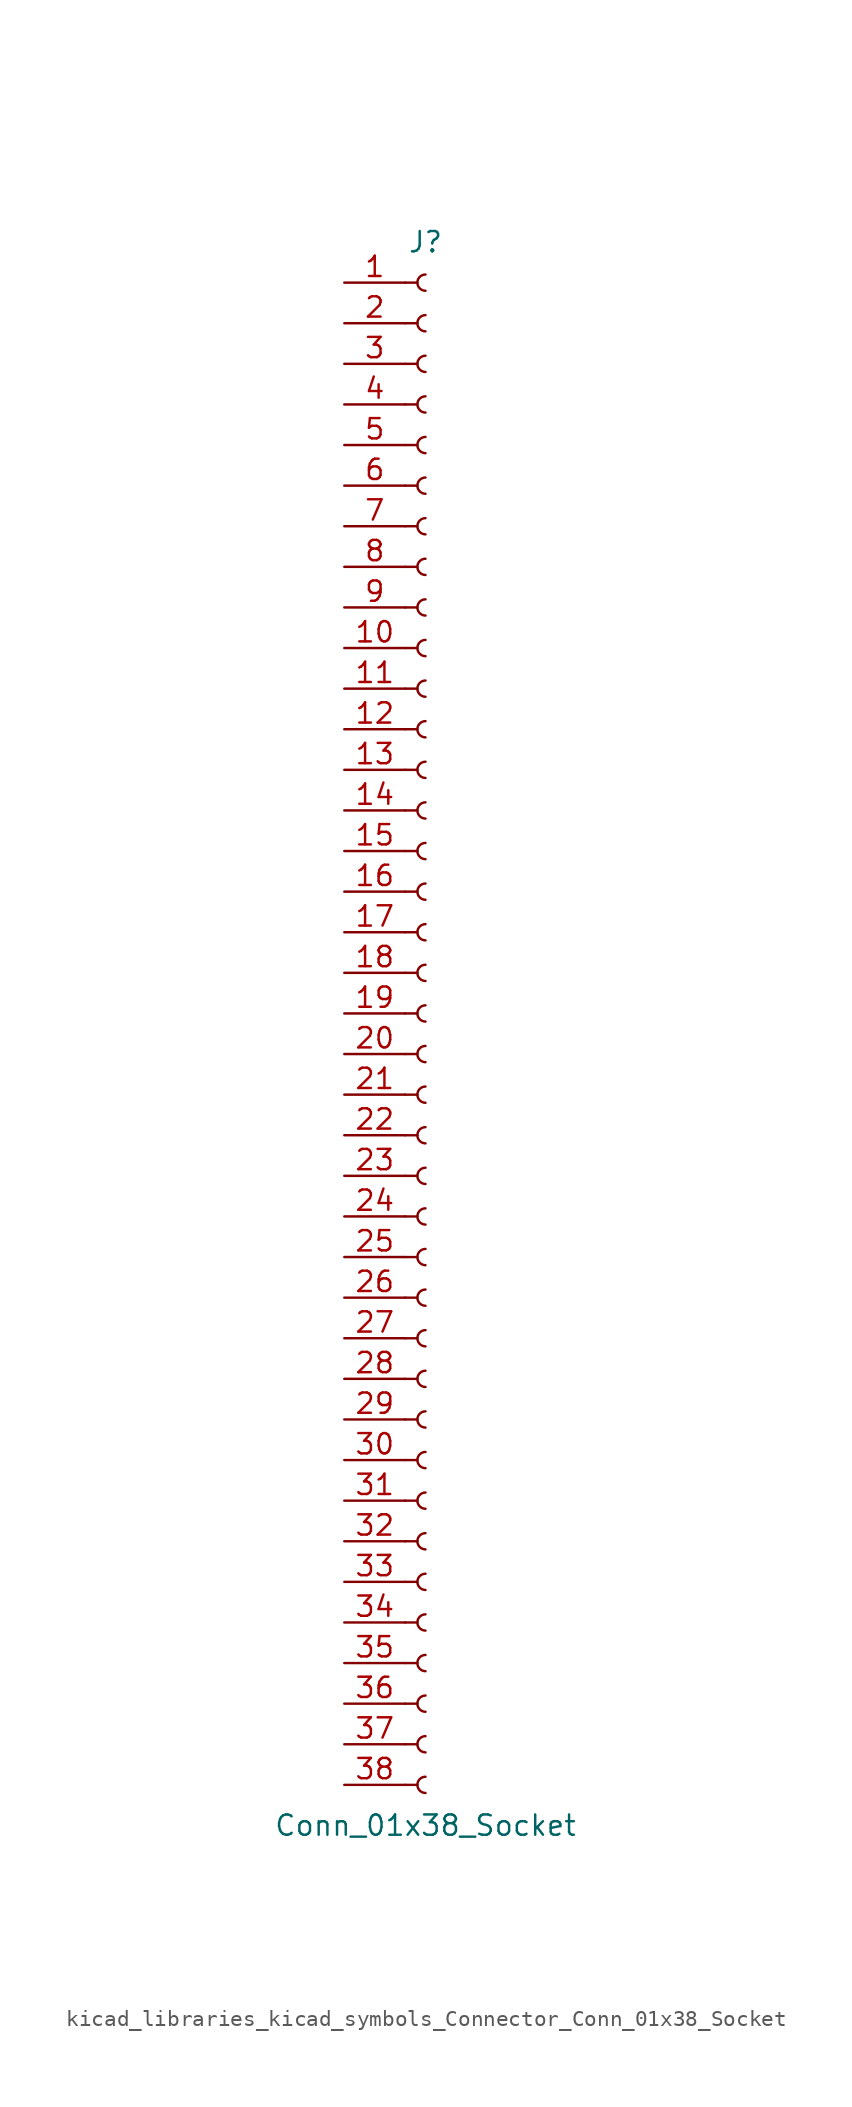
<source format=kicad_sym>
(kicad_symbol_lib
  (version 20220914)
  (generator kicad_symbol_editor)
  (symbol "kicad_libraries_kicad_symbols_Connector_Conn_01x38_Socket"
    (pin_names
      (offset 1.016) hide)
    (property "Reference" "J"
      (at 0 48.26 0)
      (effects (font (size 1.27 1.27))))
    (property "Value" "Conn_01x38_Socket"
      (at 0 -50.8 0)
      (effects (font (size 1.27 1.27))))
    (property "ki_locked" ""
      (at 0 0 0)
      (effects (font (size 1.27 1.27))))
    (symbol "kicad_libraries_kicad_symbols_Connector_Conn_01x38_Socket_1_1"
      (arc (start 0 -47.752) (mid -0.5058 -48.26) (end 0 -48.768) (stroke (width 0.1524) (type default)) (fill (type none)))
      (arc (start 0 -45.212) (mid -0.5058 -45.72) (end 0 -46.228) (stroke (width 0.1524) (type default)) (fill (type none)))
      (arc (start 0 -42.672) (mid -0.5058 -43.18) (end 0 -43.688) (stroke (width 0.1524) (type default)) (fill (type none)))
      (arc (start 0 -40.132) (mid -0.5058 -40.64) (end 0 -41.148) (stroke (width 0.1524) (type default)) (fill (type none)))
      (arc (start 0 -37.592) (mid -0.5058 -38.1) (end 0 -38.608) (stroke (width 0.1524) (type default)) (fill (type none)))
      (arc (start 0 -35.052) (mid -0.5058 -35.56) (end 0 -36.068) (stroke (width 0.1524) (type default)) (fill (type none)))
      (arc (start 0 -32.512) (mid -0.5058 -33.02) (end 0 -33.528) (stroke (width 0.1524) (type default)) (fill (type none)))
      (arc (start 0 -29.972) (mid -0.5058 -30.48) (end 0 -30.988) (stroke (width 0.1524) (type default)) (fill (type none)))
      (arc (start 0 -27.432) (mid -0.5058 -27.94) (end 0 -28.448) (stroke (width 0.1524) (type default)) (fill (type none)))
      (arc (start 0 -24.892) (mid -0.5058 -25.4) (end 0 -25.908) (stroke (width 0.1524) (type default)) (fill (type none)))
      (arc (start 0 -22.352) (mid -0.5058 -22.86) (end 0 -23.368) (stroke (width 0.1524) (type default)) (fill (type none)))
      (arc (start 0 -19.812) (mid -0.5058 -20.32) (end 0 -20.828) (stroke (width 0.1524) (type default)) (fill (type none)))
      (arc (start 0 -17.272) (mid -0.5058 -17.78) (end 0 -18.288) (stroke (width 0.1524) (type default)) (fill (type none)))
      (arc (start 0 -14.732) (mid -0.5058 -15.24) (end 0 -15.748) (stroke (width 0.1524) (type default)) (fill (type none)))
      (arc (start 0 -12.192) (mid -0.5058 -12.7) (end 0 -13.208) (stroke (width 0.1524) (type default)) (fill (type none)))
      (arc (start 0 -9.652) (mid -0.5058 -10.16) (end 0 -10.668) (stroke (width 0.1524) (type default)) (fill (type none)))
      (arc (start 0 -7.112) (mid -0.5058 -7.62) (end 0 -8.128) (stroke (width 0.1524) (type default)) (fill (type none)))
      (arc (start 0 -4.572) (mid -0.5058 -5.08) (end 0 -5.588) (stroke (width 0.1524) (type default)) (fill (type none)))
      (arc (start 0 -2.032) (mid -0.5058 -2.54) (end 0 -3.048) (stroke (width 0.1524) (type default)) (fill (type none)))
      (polyline (pts (xy -1.27 -48.26) (xy -0.508 -48.26)) (stroke (width 0.152) (type default)) (fill (type none)))
      (polyline (pts (xy -1.27 -45.72) (xy -0.508 -45.72)) (stroke (width 0.152) (type default)) (fill (type none)))
      (polyline (pts (xy -1.27 -43.18) (xy -0.508 -43.18)) (stroke (width 0.152) (type default)) (fill (type none)))
      (polyline (pts (xy -1.27 -40.64) (xy -0.508 -40.64)) (stroke (width 0.152) (type default)) (fill (type none)))
      (polyline (pts (xy -1.27 -38.1) (xy -0.508 -38.1)) (stroke (width 0.152) (type default)) (fill (type none)))
      (polyline (pts (xy -1.27 -35.56) (xy -0.508 -35.56)) (stroke (width 0.152) (type default)) (fill (type none)))
      (polyline (pts (xy -1.27 -33.02) (xy -0.508 -33.02)) (stroke (width 0.152) (type default)) (fill (type none)))
      (polyline (pts (xy -1.27 -30.48) (xy -0.508 -30.48)) (stroke (width 0.152) (type default)) (fill (type none)))
      (polyline (pts (xy -1.27 -27.94) (xy -0.508 -27.94)) (stroke (width 0.152) (type default)) (fill (type none)))
      (polyline (pts (xy -1.27 -25.4) (xy -0.508 -25.4)) (stroke (width 0.152) (type default)) (fill (type none)))
      (polyline (pts (xy -1.27 -22.86) (xy -0.508 -22.86)) (stroke (width 0.152) (type default)) (fill (type none)))
      (polyline (pts (xy -1.27 -20.32) (xy -0.508 -20.32)) (stroke (width 0.152) (type default)) (fill (type none)))
      (polyline (pts (xy -1.27 -17.78) (xy -0.508 -17.78)) (stroke (width 0.152) (type default)) (fill (type none)))
      (polyline (pts (xy -1.27 -15.24) (xy -0.508 -15.24)) (stroke (width 0.152) (type default)) (fill (type none)))
      (polyline (pts (xy -1.27 -12.7) (xy -0.508 -12.7)) (stroke (width 0.152) (type default)) (fill (type none)))
      (polyline (pts (xy -1.27 -10.16) (xy -0.508 -10.16)) (stroke (width 0.152) (type default)) (fill (type none)))
      (polyline (pts (xy -1.27 -7.62) (xy -0.508 -7.62)) (stroke (width 0.152) (type default)) (fill (type none)))
      (polyline (pts (xy -1.27 -5.08) (xy -0.508 -5.08)) (stroke (width 0.152) (type default)) (fill (type none)))
      (polyline (pts (xy -1.27 -2.54) (xy -0.508 -2.54)) (stroke (width 0.152) (type default)) (fill (type none)))
      (polyline (pts (xy -1.27 0) (xy -0.508 0)) (stroke (width 0.152) (type default)) (fill (type none)))
      (polyline (pts (xy -1.27 2.54) (xy -0.508 2.54)) (stroke (width 0.152) (type default)) (fill (type none)))
      (polyline (pts (xy -1.27 5.08) (xy -0.508 5.08)) (stroke (width 0.152) (type default)) (fill (type none)))
      (polyline (pts (xy -1.27 7.62) (xy -0.508 7.62)) (stroke (width 0.152) (type default)) (fill (type none)))
      (polyline (pts (xy -1.27 10.16) (xy -0.508 10.16)) (stroke (width 0.152) (type default)) (fill (type none)))
      (polyline (pts (xy -1.27 12.7) (xy -0.508 12.7)) (stroke (width 0.152) (type default)) (fill (type none)))
      (polyline (pts (xy -1.27 15.24) (xy -0.508 15.24)) (stroke (width 0.152) (type default)) (fill (type none)))
      (polyline (pts (xy -1.27 17.78) (xy -0.508 17.78)) (stroke (width 0.152) (type default)) (fill (type none)))
      (polyline (pts (xy -1.27 20.32) (xy -0.508 20.32)) (stroke (width 0.152) (type default)) (fill (type none)))
      (polyline (pts (xy -1.27 22.86) (xy -0.508 22.86)) (stroke (width 0.152) (type default)) (fill (type none)))
      (polyline (pts (xy -1.27 25.4) (xy -0.508 25.4)) (stroke (width 0.152) (type default)) (fill (type none)))
      (polyline (pts (xy -1.27 27.94) (xy -0.508 27.94)) (stroke (width 0.152) (type default)) (fill (type none)))
      (polyline (pts (xy -1.27 30.48) (xy -0.508 30.48)) (stroke (width 0.152) (type default)) (fill (type none)))
      (polyline (pts (xy -1.27 33.02) (xy -0.508 33.02)) (stroke (width 0.152) (type default)) (fill (type none)))
      (polyline (pts (xy -1.27 35.56) (xy -0.508 35.56)) (stroke (width 0.152) (type default)) (fill (type none)))
      (polyline (pts (xy -1.27 38.1) (xy -0.508 38.1)) (stroke (width 0.152) (type default)) (fill (type none)))
      (polyline (pts (xy -1.27 40.64) (xy -0.508 40.64)) (stroke (width 0.152) (type default)) (fill (type none)))
      (polyline (pts (xy -1.27 43.18) (xy -0.508 43.18)) (stroke (width 0.152) (type default)) (fill (type none)))
      (polyline (pts (xy -1.27 45.72) (xy -0.508 45.72)) (stroke (width 0.152) (type default)) (fill (type none)))
      (arc (start 0 0.508) (mid -0.5058 0) (end 0 -0.508) (stroke (width 0.1524) (type default)) (fill (type none)))
      (arc (start 0 3.048) (mid -0.5058 2.54) (end 0 2.032) (stroke (width 0.1524) (type default)) (fill (type none)))
      (arc (start 0 5.588) (mid -0.5058 5.08) (end 0 4.572) (stroke (width 0.1524) (type default)) (fill (type none)))
      (arc (start 0 8.128) (mid -0.5058 7.62) (end 0 7.112) (stroke (width 0.1524) (type default)) (fill (type none)))
      (arc (start 0 10.668) (mid -0.5058 10.16) (end 0 9.652) (stroke (width 0.1524) (type default)) (fill (type none)))
      (arc (start 0 13.208) (mid -0.5058 12.7) (end 0 12.192) (stroke (width 0.1524) (type default)) (fill (type none)))
      (arc (start 0 15.748) (mid -0.5058 15.24) (end 0 14.732) (stroke (width 0.1524) (type default)) (fill (type none)))
      (arc (start 0 18.288) (mid -0.5058 17.78) (end 0 17.272) (stroke (width 0.1524) (type default)) (fill (type none)))
      (arc (start 0 20.828) (mid -0.5058 20.32) (end 0 19.812) (stroke (width 0.1524) (type default)) (fill (type none)))
      (arc (start 0 23.368) (mid -0.5058 22.86) (end 0 22.352) (stroke (width 0.1524) (type default)) (fill (type none)))
      (arc (start 0 25.908) (mid -0.5058 25.4) (end 0 24.892) (stroke (width 0.1524) (type default)) (fill (type none)))
      (arc (start 0 28.448) (mid -0.5058 27.94) (end 0 27.432) (stroke (width 0.1524) (type default)) (fill (type none)))
      (arc (start 0 30.988) (mid -0.5058 30.48) (end 0 29.972) (stroke (width 0.1524) (type default)) (fill (type none)))
      (arc (start 0 33.528) (mid -0.5058 33.02) (end 0 32.512) (stroke (width 0.1524) (type default)) (fill (type none)))
      (arc (start 0 36.068) (mid -0.5058 35.56) (end 0 35.052) (stroke (width 0.1524) (type default)) (fill (type none)))
      (arc (start 0 38.608) (mid -0.5058 38.1) (end 0 37.592) (stroke (width 0.1524) (type default)) (fill (type none)))
      (arc (start 0 41.148) (mid -0.5058 40.64) (end 0 40.132) (stroke (width 0.1524) (type default)) (fill (type none)))
      (arc (start 0 43.688) (mid -0.5058 43.18) (end 0 42.672) (stroke (width 0.1524) (type default)) (fill (type none)))
      (arc (start 0 46.228) (mid -0.5058 45.72) (end 0 45.212) (stroke (width 0.1524) (type default)) (fill (type none)))
      (pin passive line (at -5.08 45.72 0) (length 3.81) (name "Pin_1" (effects (font (size 1.27 1.27)))) (number "1" (effects (font (size 1.27 1.27)))))
      (pin passive line (at -5.08 22.86 0) (length 3.81) (name "Pin_10" (effects (font (size 1.27 1.27)))) (number "10" (effects (font (size 1.27 1.27)))))
      (pin passive line (at -5.08 20.32 0) (length 3.81) (name "Pin_11" (effects (font (size 1.27 1.27)))) (number "11" (effects (font (size 1.27 1.27)))))
      (pin passive line (at -5.08 17.78 0) (length 3.81) (name "Pin_12" (effects (font (size 1.27 1.27)))) (number "12" (effects (font (size 1.27 1.27)))))
      (pin passive line (at -5.08 15.24 0) (length 3.81) (name "Pin_13" (effects (font (size 1.27 1.27)))) (number "13" (effects (font (size 1.27 1.27)))))
      (pin passive line (at -5.08 12.7 0) (length 3.81) (name "Pin_14" (effects (font (size 1.27 1.27)))) (number "14" (effects (font (size 1.27 1.27)))))
      (pin passive line (at -5.08 10.16 0) (length 3.81) (name "Pin_15" (effects (font (size 1.27 1.27)))) (number "15" (effects (font (size 1.27 1.27)))))
      (pin passive line (at -5.08 7.62 0) (length 3.81) (name "Pin_16" (effects (font (size 1.27 1.27)))) (number "16" (effects (font (size 1.27 1.27)))))
      (pin passive line (at -5.08 5.08 0) (length 3.81) (name "Pin_17" (effects (font (size 1.27 1.27)))) (number "17" (effects (font (size 1.27 1.27)))))
      (pin passive line (at -5.08 2.54 0) (length 3.81) (name "Pin_18" (effects (font (size 1.27 1.27)))) (number "18" (effects (font (size 1.27 1.27)))))
      (pin passive line (at -5.08 0 0) (length 3.81) (name "Pin_19" (effects (font (size 1.27 1.27)))) (number "19" (effects (font (size 1.27 1.27)))))
      (pin passive line (at -5.08 43.18 0) (length 3.81) (name "Pin_2" (effects (font (size 1.27 1.27)))) (number "2" (effects (font (size 1.27 1.27)))))
      (pin passive line (at -5.08 -2.54 0) (length 3.81) (name "Pin_20" (effects (font (size 1.27 1.27)))) (number "20" (effects (font (size 1.27 1.27)))))
      (pin passive line (at -5.08 -5.08 0) (length 3.81) (name "Pin_21" (effects (font (size 1.27 1.27)))) (number "21" (effects (font (size 1.27 1.27)))))
      (pin passive line (at -5.08 -7.62 0) (length 3.81) (name "Pin_22" (effects (font (size 1.27 1.27)))) (number "22" (effects (font (size 1.27 1.27)))))
      (pin passive line (at -5.08 -10.16 0) (length 3.81) (name "Pin_23" (effects (font (size 1.27 1.27)))) (number "23" (effects (font (size 1.27 1.27)))))
      (pin passive line (at -5.08 -12.7 0) (length 3.81) (name "Pin_24" (effects (font (size 1.27 1.27)))) (number "24" (effects (font (size 1.27 1.27)))))
      (pin passive line (at -5.08 -15.24 0) (length 3.81) (name "Pin_25" (effects (font (size 1.27 1.27)))) (number "25" (effects (font (size 1.27 1.27)))))
      (pin passive line (at -5.08 -17.78 0) (length 3.81) (name "Pin_26" (effects (font (size 1.27 1.27)))) (number "26" (effects (font (size 1.27 1.27)))))
      (pin passive line (at -5.08 -20.32 0) (length 3.81) (name "Pin_27" (effects (font (size 1.27 1.27)))) (number "27" (effects (font (size 1.27 1.27)))))
      (pin passive line (at -5.08 -22.86 0) (length 3.81) (name "Pin_28" (effects (font (size 1.27 1.27)))) (number "28" (effects (font (size 1.27 1.27)))))
      (pin passive line (at -5.08 -25.4 0) (length 3.81) (name "Pin_29" (effects (font (size 1.27 1.27)))) (number "29" (effects (font (size 1.27 1.27)))))
      (pin passive line (at -5.08 40.64 0) (length 3.81) (name "Pin_3" (effects (font (size 1.27 1.27)))) (number "3" (effects (font (size 1.27 1.27)))))
      (pin passive line (at -5.08 -27.94 0) (length 3.81) (name "Pin_30" (effects (font (size 1.27 1.27)))) (number "30" (effects (font (size 1.27 1.27)))))
      (pin passive line (at -5.08 -30.48 0) (length 3.81) (name "Pin_31" (effects (font (size 1.27 1.27)))) (number "31" (effects (font (size 1.27 1.27)))))
      (pin passive line (at -5.08 -33.02 0) (length 3.81) (name "Pin_32" (effects (font (size 1.27 1.27)))) (number "32" (effects (font (size 1.27 1.27)))))
      (pin passive line (at -5.08 -35.56 0) (length 3.81) (name "Pin_33" (effects (font (size 1.27 1.27)))) (number "33" (effects (font (size 1.27 1.27)))))
      (pin passive line (at -5.08 -38.1 0) (length 3.81) (name "Pin_34" (effects (font (size 1.27 1.27)))) (number "34" (effects (font (size 1.27 1.27)))))
      (pin passive line (at -5.08 -40.64 0) (length 3.81) (name "Pin_35" (effects (font (size 1.27 1.27)))) (number "35" (effects (font (size 1.27 1.27)))))
      (pin passive line (at -5.08 -43.18 0) (length 3.81) (name "Pin_36" (effects (font (size 1.27 1.27)))) (number "36" (effects (font (size 1.27 1.27)))))
      (pin passive line (at -5.08 -45.72 0) (length 3.81) (name "Pin_37" (effects (font (size 1.27 1.27)))) (number "37" (effects (font (size 1.27 1.27)))))
      (pin passive line (at -5.08 -48.26 0) (length 3.81) (name "Pin_38" (effects (font (size 1.27 1.27)))) (number "38" (effects (font (size 1.27 1.27)))))
      (pin passive line (at -5.08 38.1 0) (length 3.81) (name "Pin_4" (effects (font (size 1.27 1.27)))) (number "4" (effects (font (size 1.27 1.27)))))
      (pin passive line (at -5.08 35.56 0) (length 3.81) (name "Pin_5" (effects (font (size 1.27 1.27)))) (number "5" (effects (font (size 1.27 1.27)))))
      (pin passive line (at -5.08 33.02 0) (length 3.81) (name "Pin_6" (effects (font (size 1.27 1.27)))) (number "6" (effects (font (size 1.27 1.27)))))
      (pin passive line (at -5.08 30.48 0) (length 3.81) (name "Pin_7" (effects (font (size 1.27 1.27)))) (number "7" (effects (font (size 1.27 1.27)))))
      (pin passive line (at -5.08 27.94 0) (length 3.81) (name "Pin_8" (effects (font (size 1.27 1.27)))) (number "8" (effects (font (size 1.27 1.27)))))
      (pin passive line (at -5.08 25.4 0) (length 3.81) (name "Pin_9" (effects (font (size 1.27 1.27)))) (number "9" (effects (font (size 1.27 1.27))))))))
</source>
